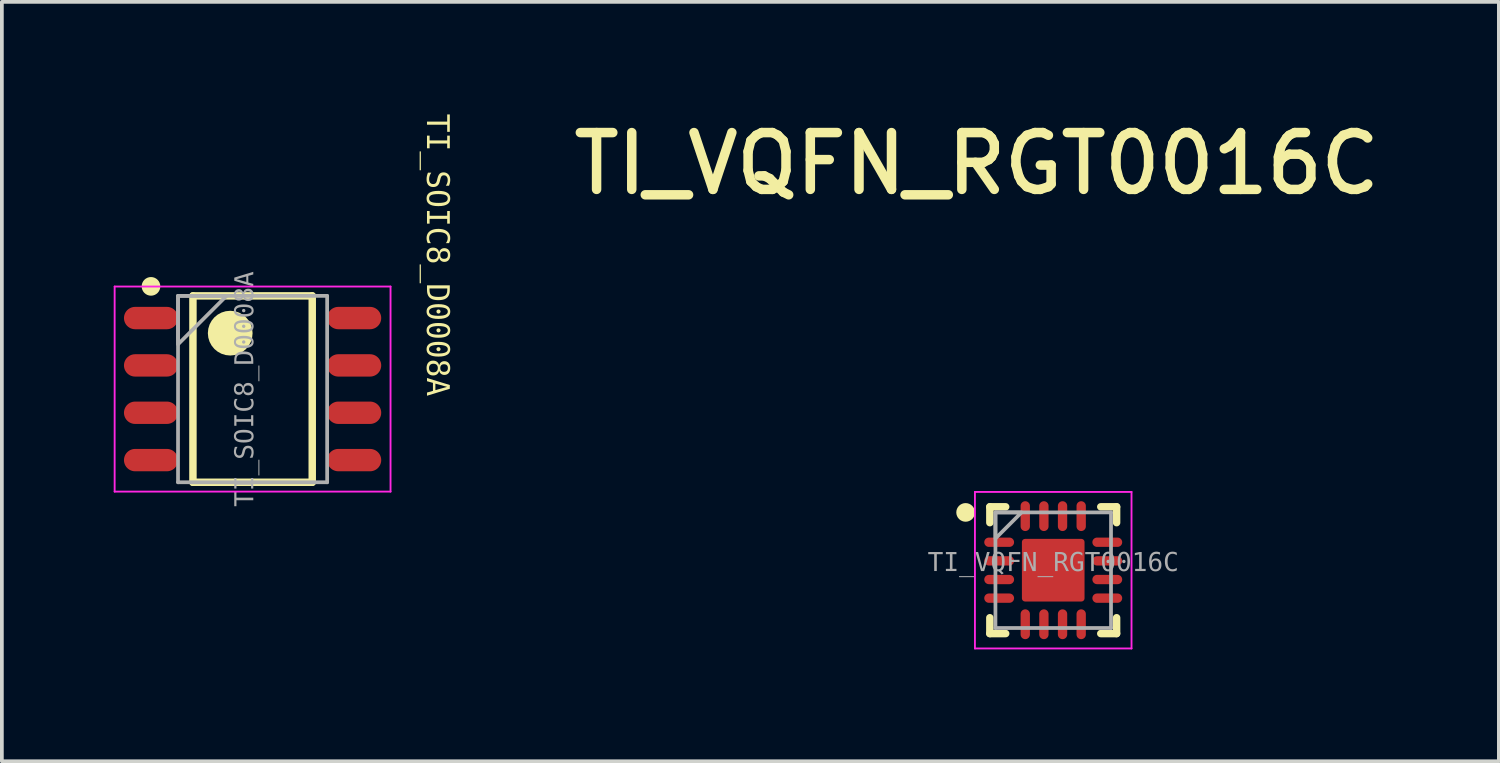
<source format=kicad_pcb>
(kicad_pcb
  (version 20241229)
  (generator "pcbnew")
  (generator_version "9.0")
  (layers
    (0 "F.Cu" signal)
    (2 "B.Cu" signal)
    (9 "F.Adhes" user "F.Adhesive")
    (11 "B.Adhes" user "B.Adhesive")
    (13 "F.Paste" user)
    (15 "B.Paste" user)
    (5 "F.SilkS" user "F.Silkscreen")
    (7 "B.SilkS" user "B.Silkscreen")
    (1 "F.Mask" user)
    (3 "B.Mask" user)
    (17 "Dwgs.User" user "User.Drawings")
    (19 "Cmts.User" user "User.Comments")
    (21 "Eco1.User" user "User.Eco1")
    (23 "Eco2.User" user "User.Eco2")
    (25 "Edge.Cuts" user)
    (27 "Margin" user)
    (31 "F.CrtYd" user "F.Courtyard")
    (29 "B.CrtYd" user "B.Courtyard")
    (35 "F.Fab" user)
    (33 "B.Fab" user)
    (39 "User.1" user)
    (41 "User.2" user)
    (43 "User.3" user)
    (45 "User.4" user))
  (footprint "TI_VQFN_RGT0016C"
    (layer "F.Cu")
    (at 25.2 12.244)
    (property "Reference" "TI_VQFN_RGT0016C" (at -2.052 -10.906 0) (unlocked yes) (layer "F.SilkS") (effects (font (size 1.524 1.524) (thickness 0.254))))
    (fp_line (start -1.7 -1.7) (end -1.275 -1.7) (stroke (width 0.2) (type solid)) (layer "F.SilkS"))
    (fp_line (start -1.7 -1.275) (end -1.7 -1.7) (stroke (width 0.2) (type solid)) (layer "F.SilkS"))
    (fp_line (start -1.7 1.7) (end -1.7 1.275) (stroke (width 0.2) (type solid)) (layer "F.SilkS"))
    (fp_line (start -1.7 1.7) (end -1.275 1.7) (stroke (width 0.2) (type solid)) (layer "F.SilkS"))
    (fp_line (start 1.275 -1.7) (end 1.7 -1.7) (stroke (width 0.2) (type solid)) (layer "F.SilkS"))
    (fp_line (start 1.275 1.7) (end 1.7 1.7) (stroke (width 0.2) (type solid)) (layer "F.SilkS"))
    (fp_line (start 1.7 -1.275) (end 1.7 -1.7) (stroke (width 0.2) (type solid)) (layer "F.SilkS"))
    (fp_line (start 1.7 1.7) (end 1.7 1.275) (stroke (width 0.2) (type solid)) (layer "F.SilkS"))
    (fp_circle (center -2.35 -1.55) (end -2.35 -1.675) (stroke (width 0.25) (type solid)) (fill no) (layer "F.SilkS"))
    (fp_line (start -2.1 -2.1) (end 2.1 -2.1) (stroke (width 0.05) (type solid)) (layer "F.CrtYd"))
    (fp_line (start -2.1 2.1) (end -2.1 -2.1) (stroke (width 0.05) (type solid)) (layer "F.CrtYd"))
    (fp_line (start -2.1 2.1) (end 2.1 2.1) (stroke (width 0.05) (type solid)) (layer "F.CrtYd"))
    (fp_line (start 2.1 2.1) (end 2.1 -2.1) (stroke (width 0.05) (type solid)) (layer "F.CrtYd"))
    (fp_line (start -1.55 -1.55) (end 1.55 -1.55) (stroke (width 0.1) (type solid)) (layer "F.Fab"))
    (fp_line (start -1.55 1.55) (end -1.55 -1.55) (stroke (width 0.1) (type solid)) (layer "F.Fab"))
    (fp_line (start -1.55 1.55) (end 1.55 1.55) (stroke (width 0.1) (type solid)) (layer "F.Fab"))
    (fp_line (start 1.55 1.55) (end 1.55 -1.55) (stroke (width 0.1) (type solid)) (layer "F.Fab"))
    (fp_poly (pts (xy -1.55 -0.85) (xy -0.85 -1.55) (xy -1.55 -1.55)) (stroke (width 0.1) (type default)) (fill no) (layer "F.Fab"))
    (fp_line (start -0.5 0) (end 0.5 0) (stroke (width 0.1) (type solid)) (layer "User.1"))
    (fp_line (start 0 0.5) (end 0 -0.5) (stroke (width 0.1) (type solid)) (layer "User.1"))
    (fp_text user "${REFERENCE}" (at 0 -0.185 0) (unlocked yes) (layer "F.Fab") (effects (font (face "Consolas") (size 0.5 0.5) (thickness 0.254))))
    (pad "1" smd oval (at -1.45 -0.75 90) (size 0.25 0.8) (layers "F.Cu" "F.Mask" "F.Paste"))
    (pad "2" smd oval (at -1.45 -0.25 90) (size 0.25 0.8) (layers "F.Cu" "F.Mask" "F.Paste"))
    (pad "3" smd oval (at -1.45 0.25 90) (size 0.25 0.8) (layers "F.Cu" "F.Mask" "F.Paste"))
    (pad "4" smd oval (at -1.45 0.75 90) (size 0.25 0.8) (layers "F.Cu" "F.Mask" "F.Paste"))
    (pad "5" smd oval (at -0.75 1.45) (size 0.25 0.8) (layers "F.Cu" "F.Mask" "F.Paste"))
    (pad "6" smd oval (at -0.25 1.45) (size 0.25 0.8) (layers "F.Cu" "F.Mask" "F.Paste"))
    (pad "7" smd oval (at 0.25 1.45) (size 0.25 0.8) (layers "F.Cu" "F.Mask" "F.Paste"))
    (pad "8" smd oval (at 0.75 1.45) (size 0.25 0.8) (layers "F.Cu" "F.Mask" "F.Paste"))
    (pad "9" smd oval (at 1.45 0.75 90) (size 0.25 0.8) (layers "F.Cu" "F.Mask" "F.Paste"))
    (pad "10" smd oval (at 1.45 0.25 90) (size 0.25 0.8) (layers "F.Cu" "F.Mask" "F.Paste"))
    (pad "11" smd oval (at 1.45 -0.25 90) (size 0.25 0.8) (layers "F.Cu" "F.Mask" "F.Paste"))
    (pad "12" smd oval (at 1.45 -0.75 90) (size 0.25 0.8) (layers "F.Cu" "F.Mask" "F.Paste"))
    (pad "13" smd oval (at 0.75 -1.45) (size 0.25 0.8) (layers "F.Cu" "F.Mask" "F.Paste"))
    (pad "14" smd oval (at 0.25 -1.45) (size 0.25 0.8) (layers "F.Cu" "F.Mask" "F.Paste"))
    (pad "15" smd oval (at -0.25 -1.45) (size 0.25 0.8) (layers "F.Cu" "F.Mask" "F.Paste"))
    (pad "16" smd oval (at -0.75 -1.45) (size 0.25 0.8) (layers "F.Cu" "F.Mask" "F.Paste"))
    (pad "17" smd roundrect (at 0 0) (size 1.68 1.68) (layers "F.Cu" "F.Mask" "F.Paste") (roundrect_rratio 0.05)))
  (footprint "TI_SOIC8_D0008A"
    (layer "F.Cu")
    (at 3.725 7.386)
    (property "Reference" "TI_SOIC8_D0008A" (at 4.927 -3.596 270) (unlocked yes) (layer "F.SilkS") (effects (font (face "Consolas") (size 0.6 0.6) (thickness 0.254))))
    (fp_line (start -1.6 -2.5) (end -1.6 2.5) (stroke (width 0.2) (type solid)) (layer "F.SilkS"))
    (fp_line (start -1.6 -2.5) (end 1.6 -2.5) (stroke (width 0.2) (type solid)) (layer "F.SilkS"))
    (fp_line (start -1.6 2.5) (end 1.6 2.5) (stroke (width 0.2) (type solid)) (layer "F.SilkS"))
    (fp_line (start 1.6 -2.5) (end 1.6 2.5) (stroke (width 0.2) (type solid)) (layer "F.SilkS"))
    (fp_circle (center -2.725 -2.755) (end -2.6 -2.755) (stroke (width 0.25) (type solid)) (fill no) (layer "F.SilkS"))
    (fp_circle (center -0.6 -1.5) (end -0.3 -1.5) (stroke (width 0.6) (type solid)) (fill no) (layer "F.SilkS"))
    (fp_line (start -3.7 -2.75) (end -3.7 2.75) (stroke (width 0.05) (type solid)) (layer "F.CrtYd"))
    (fp_line (start -3.7 -2.75) (end 3.7 -2.75) (stroke (width 0.05) (type solid)) (layer "F.CrtYd"))
    (fp_line (start -3.7 2.75) (end 3.7 2.75) (stroke (width 0.05) (type solid)) (layer "F.CrtYd"))
    (fp_line (start 3.7 -2.75) (end 3.7 2.75) (stroke (width 0.05) (type solid)) (layer "F.CrtYd"))
    (fp_line (start -2 -2.5) (end -2 2.5) (stroke (width 0.1) (type solid)) (layer "F.Fab"))
    (fp_line (start -2 -2.5) (end 2 -2.5) (stroke (width 0.1) (type solid)) (layer "F.Fab"))
    (fp_line (start -2 2.5) (end 2 2.5) (stroke (width 0.1) (type solid)) (layer "F.Fab"))
    (fp_line (start 2 -2.5) (end 2 2.5) (stroke (width 0.1) (type solid)) (layer "F.Fab"))
    (fp_poly (pts (xy -2 -1.2) (xy -0.7 -2.5) (xy -2 -2.5)) (stroke (width 0.1) (type default)) (fill no) (layer "F.Fab"))
    (fp_line (start -0.5 0) (end 0.5 0) (stroke (width 0.1) (type solid)) (layer "User.1"))
    (fp_line (start 0 -0.5) (end 0 0.5) (stroke (width 0.1) (type solid)) (layer "User.1"))
    (fp_text user "${REFERENCE}" (at -0.189 0.000005 90) (unlocked yes) (layer "F.Fab") (effects (font (face "Consolas") (size 0.5 0.5) (thickness 0.254))))
    (pad "1" smd oval (at -2.725 -1.905 90) (size 0.6 1.45) (layers "F.Cu" "F.Mask" "F.Paste"))
    (pad "2" smd oval (at -2.725 -0.635 90) (size 0.6 1.45) (layers "F.Cu" "F.Mask" "F.Paste"))
    (pad "3" smd oval (at -2.725 0.635 90) (size 0.6 1.45) (layers "F.Cu" "F.Mask" "F.Paste"))
    (pad "4" smd oval (at -2.725 1.905 90) (size 0.6 1.45) (layers "F.Cu" "F.Mask" "F.Paste"))
    (pad "5" smd oval (at 2.725 1.905 90) (size 0.6 1.45) (layers "F.Cu" "F.Mask" "F.Paste"))
    (pad "6" smd oval (at 2.725 0.635 90) (size 0.6 1.45) (layers "F.Cu" "F.Mask" "F.Paste"))
    (pad "7" smd oval (at 2.725 -0.635 90) (size 0.6 1.45) (layers "F.Cu" "F.Mask" "F.Paste"))
    (pad "8" smd oval (at 2.725 -1.905 90) (size 0.6 1.45) (layers "F.Cu" "F.Mask" "F.Paste")))
  (gr_rect
    (start -3 -3)
    (end 37.153 17.369)
    (stroke (width 0.1) (type default))
    (fill no)
    (layer "Edge.Cuts")))
</source>
